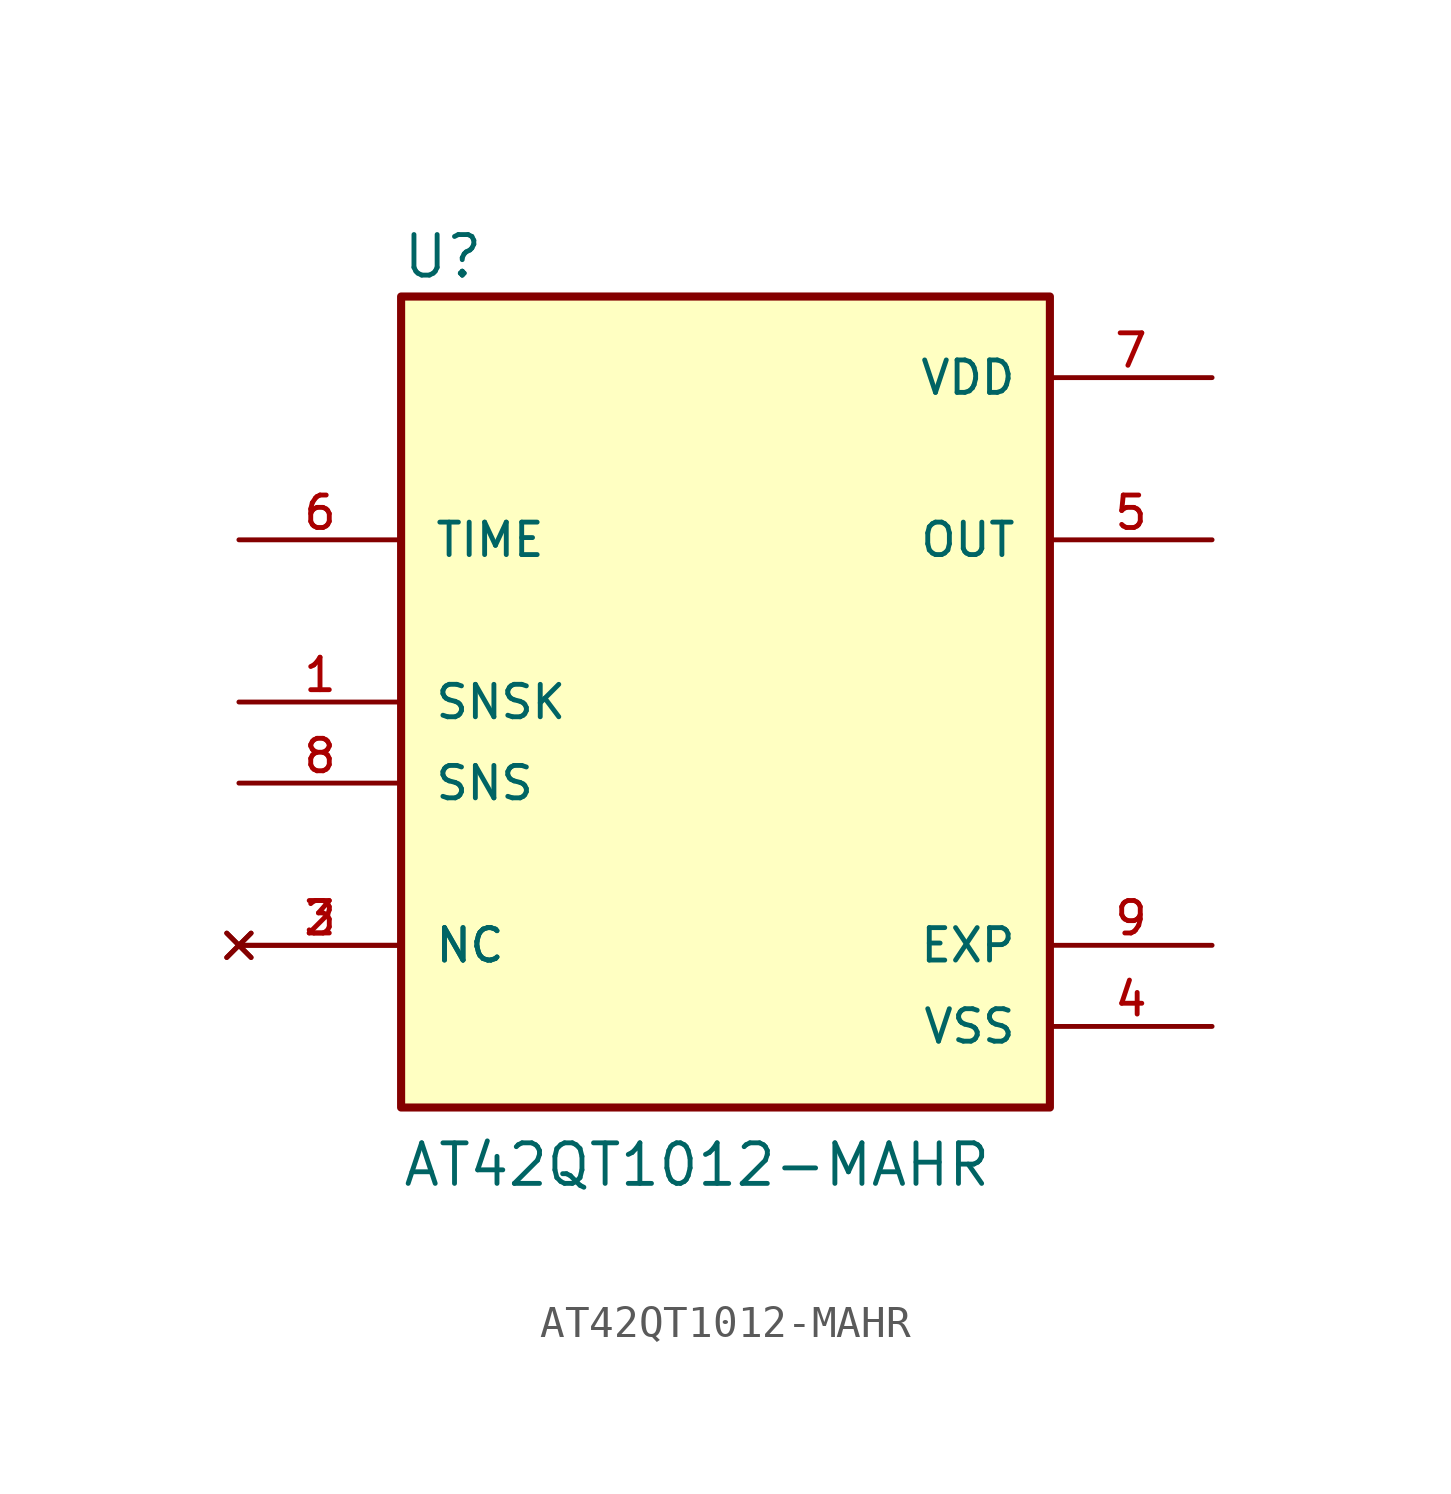
<source format=kicad_sym>
(kicad_symbol_lib
  (version 20211014)
  (generator kicad_symbol_editor)
  (symbol "AT42QT1012-MAHR"
    (pin_names
      (offset 1.016))
    (property "Reference" "U"
      (at -10.16 13.208 0)
      (effects (font (size 1.27 1.27)) (justify bottom left)))
    (property "Value" "AT42QT1012-MAHR"
      (at -10.16 -15.24 0)
      (effects (font (size 1.27 1.27)) (justify bottom left)))
    (symbol "AT42QT1012-MAHR_0_0"
      (rectangle (start -10.16 -12.7) (end 10.16 12.7) (stroke (width 0.254)) (fill (type background)))
      (pin input line (at -15.24 5.08 0) (length 5.08) (name "TIME" (effects (font (size 1.016 1.016)))) (number "6" (effects (font (size 1.016 1.016)))))
      (pin bidirectional line (at -15.24 0.0 0) (length 5.08) (name "SNSK" (effects (font (size 1.016 1.016)))) (number "1" (effects (font (size 1.016 1.016)))))
      (pin bidirectional line (at -15.24 -2.54 0) (length 5.08) (name "SNS" (effects (font (size 1.016 1.016)))) (number "8" (effects (font (size 1.016 1.016)))))
      (pin power_in line (at 15.24 10.16 180.0) (length 5.08) (name "VDD" (effects (font (size 1.016 1.016)))) (number "7" (effects (font (size 1.016 1.016)))))
      (pin power_in line (at 15.24 -10.16 180.0) (length 5.08) (name "VSS" (effects (font (size 1.016 1.016)))) (number "4" (effects (font (size 1.016 1.016)))))
      (pin output line (at 15.24 5.08 180.0) (length 5.08) (name "OUT" (effects (font (size 1.016 1.016)))) (number "5" (effects (font (size 1.016 1.016)))))
      (pin no_connect line (at -15.24 -7.62 0) (length 5.08) (name "NC" (effects (font (size 1.016 1.016)))) (number "2" (effects (font (size 1.016 1.016)))))
      (pin no_connect line (at -15.24 -7.62 0) (length 5.08) (name "NC" (effects (font (size 1.016 1.016)))) (number "3" (effects (font (size 1.016 1.016)))))
      (pin passive line (at 15.24 -7.62 180.0) (length 5.08) (name "EXP" (effects (font (size 1.016 1.016)))) (number "9" (effects (font (size 1.016 1.016))))))))
</source>
